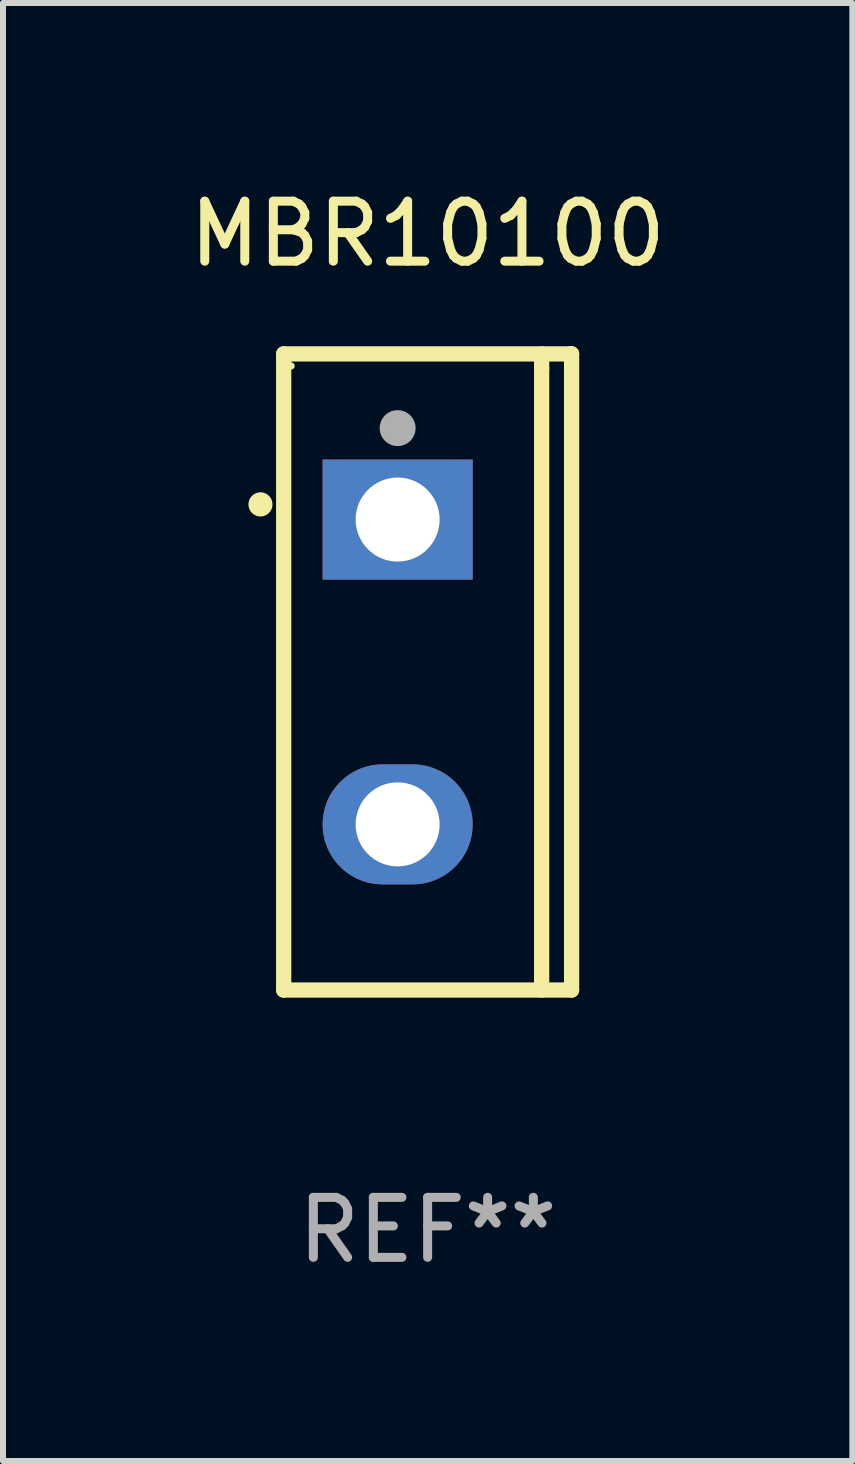
<source format=kicad_pcb>
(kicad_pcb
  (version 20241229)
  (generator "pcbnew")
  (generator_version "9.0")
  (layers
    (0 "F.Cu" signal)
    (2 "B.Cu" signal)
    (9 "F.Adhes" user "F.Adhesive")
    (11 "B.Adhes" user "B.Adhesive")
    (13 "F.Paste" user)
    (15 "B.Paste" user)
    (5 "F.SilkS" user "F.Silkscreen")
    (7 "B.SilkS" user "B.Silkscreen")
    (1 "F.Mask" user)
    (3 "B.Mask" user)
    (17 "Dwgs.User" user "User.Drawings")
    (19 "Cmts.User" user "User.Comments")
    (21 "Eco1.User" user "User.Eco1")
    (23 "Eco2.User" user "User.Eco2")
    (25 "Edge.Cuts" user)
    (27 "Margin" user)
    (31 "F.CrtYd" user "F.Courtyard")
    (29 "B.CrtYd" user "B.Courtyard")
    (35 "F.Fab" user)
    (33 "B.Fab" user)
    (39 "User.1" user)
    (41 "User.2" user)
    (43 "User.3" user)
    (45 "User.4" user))
  (footprint "MBR10100"
    (layer "F.Cu")
    (at 4.077 8.149)
    (property "Reference" "MBR10100" (at 0 -7.301 0) (layer "F.SilkS") (effects (font (size 1 1) (thickness 0.15))))
    (attr through_hole)
    (fp_line (start -2.399 -5.301) (end 2.394 -5.301) (stroke (width 0.254) (type solid)) (layer "F.SilkS"))
    (fp_line (start -2.399 5.301) (end -2.399 -5.301) (stroke (width 0.254) (type solid)) (layer "F.SilkS"))
    (fp_line (start 1.9 -5.061) (end 1.9 -5.3) (stroke (width 0.254) (type solid)) (layer "F.SilkS"))
    (fp_line (start 1.9 5.3) (end 1.9 -5.061) (stroke (width 0.254) (type solid)) (layer "F.SilkS"))
    (fp_line (start 2.394 -5.301) (end 2.399 -5.301) (stroke (width 0.254) (type solid)) (layer "F.SilkS"))
    (fp_line (start 2.399 -5.301) (end 2.399 5.301) (stroke (width 0.254) (type solid)) (layer "F.SilkS"))
    (fp_line (start 2.399 5.301) (end -2.399 5.301) (stroke (width 0.254) (type solid)) (layer "F.SilkS"))
    (fp_arc (start -2.786043 -2.791466) (mid -2.786047 -2.792736) (end -2.786043 -2.794006) (stroke (width 0.4) (type solid)) (layer "F.SilkS"))
    (fp_circle (center -2.275 -5.1) (end -2.245 -5.1) (stroke (width 0.06) (type solid)) (fill no) (layer "F.SilkS"))
    (fp_circle (center -0.5 -4.064) (end -0.35 -4.064) (stroke (width 0.3) (type solid)) (fill no) (layer "F.Fab"))
    (fp_text user "REF**" (at 0 9.301 0) (layer "F.Fab") (effects (font (size 1 1) (thickness 0.15))))
    (pad "1" thru_hole rect (at -0.5 -2.54 270) (size 2 2.5) (drill 1.4) (layers "*.Cu" "*.Mask"))
    (pad "3" thru_hole oval (at -0.5 2.54 270) (size 2 2.5) (drill 1.4) (layers "*.Cu" "*.Mask")))
  (gr_rect
    (start -3 -3)
    (end 11.155 21.299)
    (stroke (width 0.1) (type default))
    (fill no)
    (layer "Edge.Cuts")))
</source>
